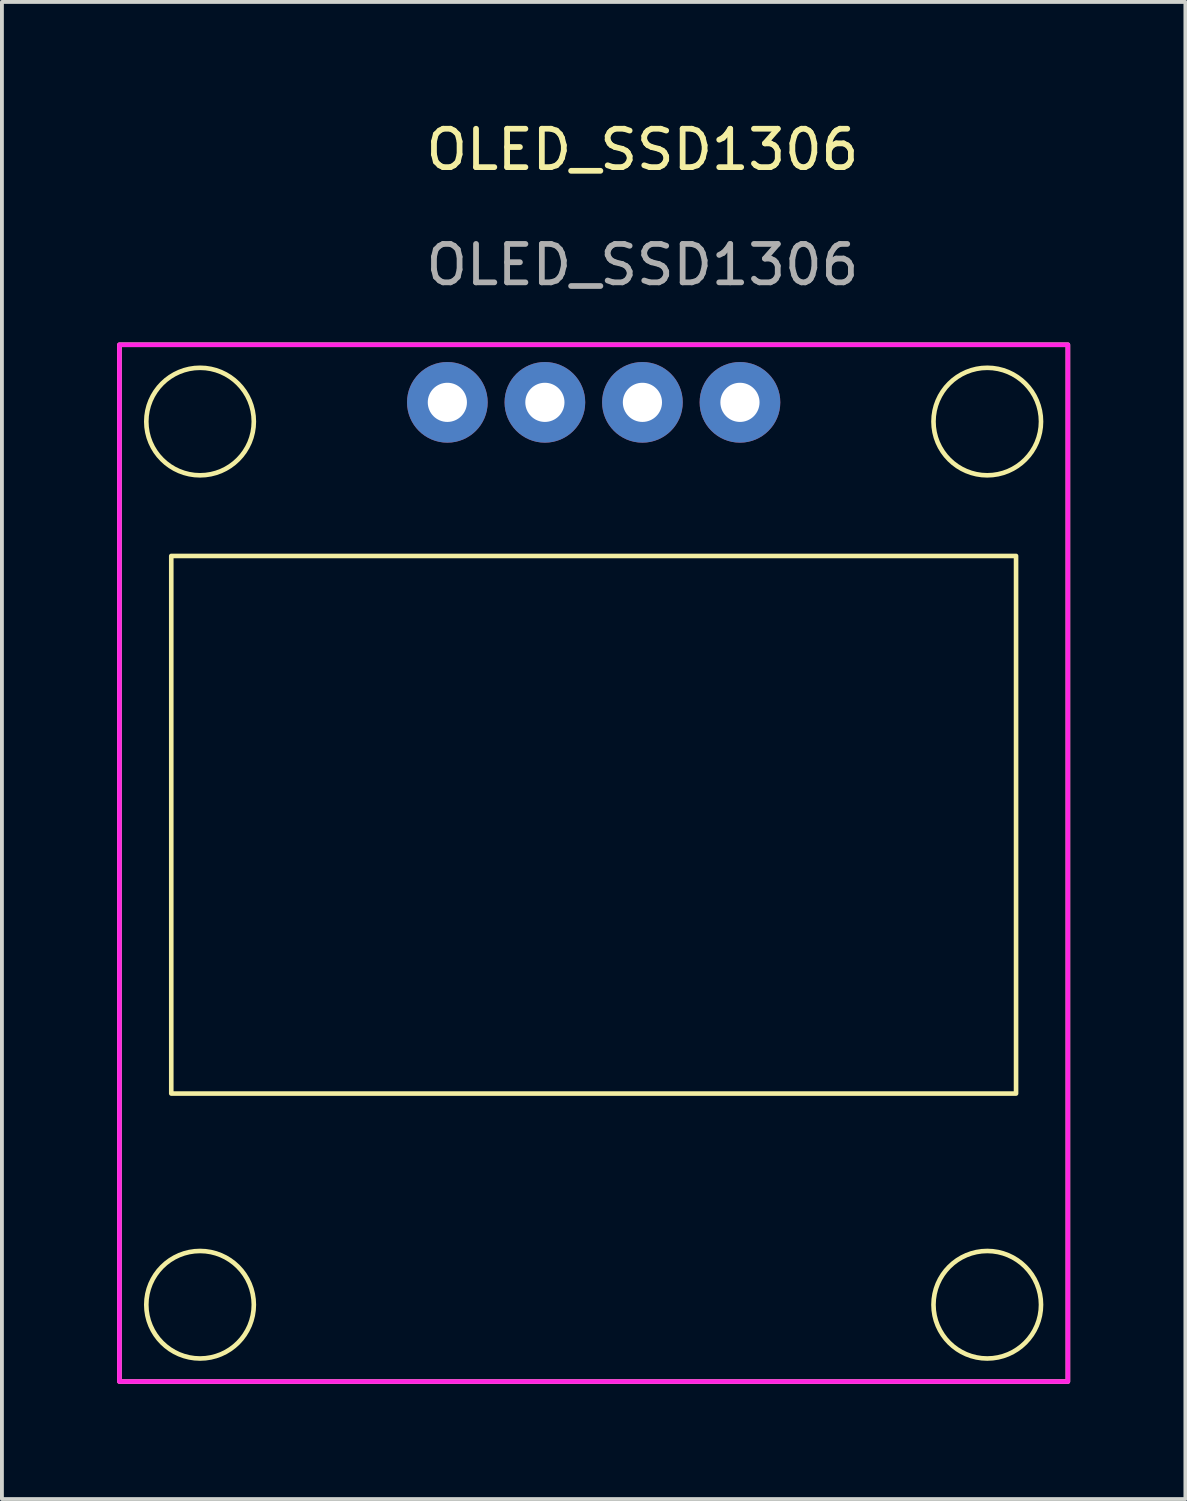
<source format=kicad_pcb>
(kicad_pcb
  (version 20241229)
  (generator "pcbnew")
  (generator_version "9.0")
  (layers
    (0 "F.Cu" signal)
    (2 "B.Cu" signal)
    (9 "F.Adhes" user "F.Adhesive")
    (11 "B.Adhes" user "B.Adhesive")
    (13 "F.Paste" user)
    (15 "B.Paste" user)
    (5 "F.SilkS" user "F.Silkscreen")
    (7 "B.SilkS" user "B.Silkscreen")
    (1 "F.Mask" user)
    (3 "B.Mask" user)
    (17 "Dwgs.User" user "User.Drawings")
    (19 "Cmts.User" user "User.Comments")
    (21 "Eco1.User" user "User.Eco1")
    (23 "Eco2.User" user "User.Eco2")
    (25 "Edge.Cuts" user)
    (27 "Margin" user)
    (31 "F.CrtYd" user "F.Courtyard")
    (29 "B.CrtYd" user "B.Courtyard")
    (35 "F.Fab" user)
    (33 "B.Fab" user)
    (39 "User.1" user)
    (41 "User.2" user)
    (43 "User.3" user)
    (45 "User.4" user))
  (footprint "OLED_SSD1306"
    (layer "F.Cu")
    (at 12.41 5.928)
    (property "Reference" "OLED_SSD1306" (at 1.27 -5.08 0) (unlocked yes) (layer "F.SilkS") (effects (font (size 1 1) (thickness 0.15))))
    (attr through_hole)
    (fp_rect (start -12.35 0) (end 12.35 27) (stroke (width 0.12) (type solid)) (fill no) (layer "F.SilkS"))
    (fp_rect (start -11 5.5) (end 11 19.5) (stroke (width 0.12) (type solid)) (fill no) (layer "F.SilkS"))
    (fp_circle (center -10.25 2) (end -8.85 2) (stroke (width 0.12) (type solid)) (fill no) (layer "F.SilkS"))
    (fp_circle (center -10.25 25) (end -8.85 25) (stroke (width 0.12) (type solid)) (fill no) (layer "F.SilkS"))
    (fp_circle (center 10.25 2) (end 11.65 2) (stroke (width 0.12) (type solid)) (fill no) (layer "F.SilkS"))
    (fp_circle (center 10.25 25) (end 11.65 25) (stroke (width 0.12) (type solid)) (fill no) (layer "F.SilkS"))
    (fp_rect (start -12.35 0) (end 12.35 27) (stroke (width 0.12) (type solid)) (fill no) (layer "F.CrtYd"))
    (fp_text user "${REFERENCE}" (at 1.27 -2.08 0) (unlocked yes) (layer "F.Fab") (effects (font (size 1 1) (thickness 0.15))))
    (pad "1" thru_hole circle (at -3.81 1.5) (size 2.1 2.1) (drill 1.02) (layers "*.Cu" "*.Mask"))
    (pad "2" thru_hole circle (at -1.27 1.5) (size 2.1 2.1) (drill 1.02) (layers "*.Cu" "*.Mask"))
    (pad "3" thru_hole circle (at 1.27 1.5) (size 2.1 2.1) (drill 1.02) (layers "*.Cu" "*.Mask"))
    (pad "4" thru_hole circle (at 3.81 1.5) (size 2.1 2.1) (drill 1.02) (layers "*.Cu" "*.Mask")))
  (gr_rect
    (start -3 -3)
    (end 27.82 35.988)
    (stroke (width 0.1) (type default))
    (fill no)
    (layer "Edge.Cuts")))
</source>
